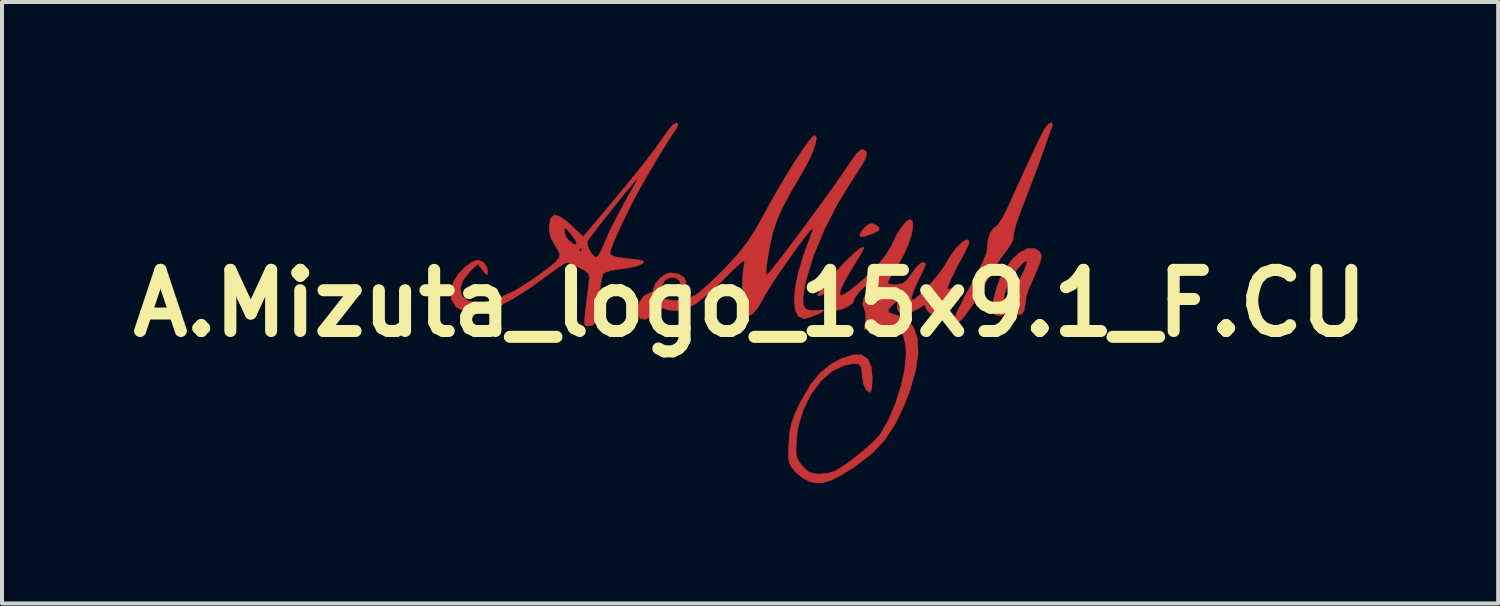
<source format=kicad_pcb>
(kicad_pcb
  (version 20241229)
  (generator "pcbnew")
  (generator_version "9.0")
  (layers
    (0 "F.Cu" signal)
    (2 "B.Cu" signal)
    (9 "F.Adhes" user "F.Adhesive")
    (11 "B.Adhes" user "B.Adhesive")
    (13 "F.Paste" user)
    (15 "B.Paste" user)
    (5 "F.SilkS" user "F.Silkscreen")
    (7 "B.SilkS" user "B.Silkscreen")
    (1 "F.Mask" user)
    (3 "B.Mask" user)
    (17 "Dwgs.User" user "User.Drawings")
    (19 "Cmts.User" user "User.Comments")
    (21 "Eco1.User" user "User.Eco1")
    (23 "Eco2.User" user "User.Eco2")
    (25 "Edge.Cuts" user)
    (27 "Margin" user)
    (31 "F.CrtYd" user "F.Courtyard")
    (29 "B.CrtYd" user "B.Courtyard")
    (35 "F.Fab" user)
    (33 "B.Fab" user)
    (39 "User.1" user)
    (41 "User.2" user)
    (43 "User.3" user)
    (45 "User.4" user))
  (footprint "A.Mizuta_logo_15x9.1_F.CU"
    (layer "F.Cu")
    (at 15.646 4.511)
    (property "Reference" "A.Mizuta_logo_15x9.1_F.CU" (at 0 0 0) (layer "F.SilkS") (effects (font (size 1.524 1.524) (thickness 0.3))))
    (attr through_hole)
    (fp_poly (pts (xy 3.08 -1.983) (xy 3.115 -1.967) (xy 3.22 -1.888) (xy 3.21 -1.818) (xy 3.078 -1.746) (xy 3.028 -1.727) (xy 2.849 -1.668) (xy 2.759 -1.656) (xy 2.731 -1.69) (xy 2.731 -1.703) (xy 2.77 -1.782) (xy 2.861 -1.894) (xy 2.975 -1.987) (xy 3.08 -1.983)) (stroke (width 0.01) (type solid)) (fill yes) (layer "F.Cu"))
    (fp_poly (pts (xy 7.196 -1.304) (xy 7.251 -1.234) (xy 7.262 -1.151) (xy 7.225 -1.018) (xy 7.172 -0.881) (xy 7.08 -0.659) (xy 6.989 -0.455) (xy 6.952 -0.378) (xy 6.884 -0.181) (xy 6.858 0.022) (xy 6.828 0.193) (xy 6.752 0.282) (xy 6.65 0.269) (xy 6.619 0.243) (xy 6.51 0.215) (xy 6.424 0.248) (xy 6.237 0.312) (xy 6.103 0.286) (xy 6.056 0.225) (xy 6.046 0.082) (xy 6.075 -0.108) (xy 6.33 -0.108) (xy 6.363 -0.076) (xy 6.44 -0.138) (xy 6.515 -0.238) (xy 6.629 -0.426) (xy 6.74 -0.633) (xy 6.833 -0.828) (xy 6.893 -0.979) (xy 6.904 -1.054) (xy 6.903 -1.055) (xy 6.841 -1.039) (xy 6.738 -0.945) (xy 6.619 -0.801) (xy 6.513 -0.638) (xy 6.495 -0.607) (xy 6.395 -0.389) (xy 6.34 -0.217) (xy 6.33 -0.108) (xy 6.075 -0.108) (xy 6.079 -0.134) (xy 6.145 -0.385) (xy 6.234 -0.628) (xy 6.315 -0.792) (xy 6.51 -1.069) (xy 6.716 -1.263) (xy 6.916 -1.366) (xy 7.094 -1.367) (xy 7.196 -1.304)) (stroke (width 0.01) (type solid)) (fill yes) (layer "F.Cu"))
    (fp_poly (pts (xy 7.542 -4.461) (xy 7.523 -4.397) (xy 7.482 -4.288) (xy 7.413 -4.094) (xy 7.328 -3.852) (xy 7.302 -3.775) (xy 7.205 -3.503) (xy 7.078 -3.162) (xy 6.939 -2.798) (xy 6.829 -2.517) (xy 6.718 -2.226) (xy 6.632 -1.972) (xy 6.578 -1.781) (xy 6.566 -1.678) (xy 6.567 -1.674) (xy 6.55 -1.567) (xy 6.458 -1.404) (xy 6.388 -1.312) (xy 6.226 -1.092) (xy 6.062 -0.838) (xy 6 -0.73) (xy 5.762 -0.31) (xy 5.549 0.034) (xy 5.368 0.291) (xy 5.227 0.452) (xy 5.131 0.508) (xy 5.095 0.456) (xy 5.106 0.349) (xy 5.152 0.233) (xy 5.247 0.034) (xy 5.377 -0.219) (xy 5.525 -0.492) (xy 5.672 -0.768) (xy 5.793 -1.013) (xy 5.875 -1.203) (xy 5.905 -1.309) (xy 5.905 -1.31) (xy 5.928 -1.561) (xy 5.986 -1.76) (xy 6.071 -1.874) (xy 6.099 -1.887) (xy 6.179 -1.958) (xy 6.286 -2.119) (xy 6.402 -2.342) (xy 6.415 -2.371) (xy 6.671 -2.933) (xy 6.879 -3.387) (xy 7.044 -3.745) (xy 7.171 -4.014) (xy 7.265 -4.205) (xy 7.329 -4.326) (xy 7.352 -4.366) (xy 7.444 -4.472) (xy 7.516 -4.506) (xy 7.542 -4.461)) (stroke (width 0.01) (type solid)) (fill yes) (layer "F.Cu"))
    (fp_poly (pts (xy 1.653 -4.14) (xy 1.637 -4.001) (xy 1.567 -3.793) (xy 1.45 -3.534) (xy 1.292 -3.244) (xy 1.264 -3.196) (xy 1.012 -2.769) (xy 0.821 -2.414) (xy 0.68 -2.101) (xy 0.577 -1.799) (xy 0.499 -1.475) (xy 0.436 -1.1) (xy 0.417 -0.968) (xy 0.4 -0.804) (xy 0.403 -0.709) (xy 0.409 -0.699) (xy 0.461 -0.748) (xy 0.574 -0.884) (xy 0.739 -1.093) (xy 0.941 -1.358) (xy 1.171 -1.663) (xy 1.417 -1.993) (xy 1.666 -2.332) (xy 1.907 -2.664) (xy 2.128 -2.973) (xy 2.318 -3.245) (xy 2.465 -3.462) (xy 2.5 -3.516) (xy 2.649 -3.726) (xy 2.759 -3.826) (xy 2.824 -3.834) (xy 2.893 -3.789) (xy 2.909 -3.715) (xy 2.868 -3.594) (xy 2.763 -3.409) (xy 2.588 -3.141) (xy 2.573 -3.119) (xy 2.187 -2.495) (xy 1.854 -1.845) (xy 1.586 -1.201) (xy 1.4 -0.596) (xy 1.367 -0.454) (xy 1.319 -0.156) (xy 1.327 0.041) (xy 1.397 0.149) (xy 1.535 0.183) (xy 1.625 0.178) (xy 1.769 0.165) (xy 1.84 0.168) (xy 1.841 0.17) (xy 1.788 0.217) (xy 1.661 0.281) (xy 1.506 0.341) (xy 1.372 0.377) (xy 1.335 0.381) (xy 1.205 0.326) (xy 1.127 0.169) (xy 1.101 -0.075) (xy 1.127 -0.392) (xy 1.203 -0.767) (xy 1.329 -1.188) (xy 1.402 -1.389) (xy 1.485 -1.612) (xy 1.545 -1.783) (xy 1.571 -1.873) (xy 1.57 -1.88) (xy 1.524 -1.844) (xy 1.422 -1.722) (xy 1.279 -1.535) (xy 1.109 -1.304) (xy 0.926 -1.047) (xy 0.745 -0.786) (xy 0.581 -0.542) (xy 0.447 -0.333) (xy 0.359 -0.181) (xy 0.356 -0.174) (xy 0.192 0.111) (xy 0.052 0.273) (xy -0.066 0.314) (xy -0.128 0.278) (xy -0.163 0.18) (xy -0.186 -0.008) (xy -0.196 -0.253) (xy -0.194 -0.518) (xy -0.176 -0.768) (xy -0.156 -0.914) (xy -0.141 -1.005) (xy -0.147 -1.051) (xy -0.187 -1.044) (xy -0.274 -0.975) (xy -0.421 -0.835) (xy -0.642 -0.616) (xy -0.707 -0.552) (xy -1.048 -0.229) (xy -1.334 -0.003) (xy -1.584 0.133) (xy -1.814 0.186) (xy -2.041 0.165) (xy -2.233 0.1) (xy -2.331 0.101) (xy -2.38 0.186) (xy -2.477 0.336) (xy -2.621 0.4) (xy -2.748 0.372) (xy -2.815 0.272) (xy -2.811 0.12) (xy -2.75 -0.044) (xy -2.65 -0.181) (xy -2.526 -0.252) (xy -2.498 -0.254) (xy -2.421 -0.304) (xy -2.413 -0.341) (xy -2.361 -0.49) (xy -2.235 -0.639) (xy -2.081 -0.742) (xy -1.991 -0.762) (xy -1.783 -0.73) (xy -1.645 -0.647) (xy -1.595 -0.534) (xy -1.649 -0.412) (xy -1.678 -0.385) (xy -1.741 -0.348) (xy -1.741 -0.412) (xy -1.734 -0.44) (xy -1.752 -0.562) (xy -1.851 -0.636) (xy -1.988 -0.646) (xy -2.111 -0.586) (xy -2.195 -0.456) (xy -2.22 -0.296) (xy -2.185 -0.159) (xy -2.122 -0.102) (xy -1.87 -0.063) (xy -1.586 -0.107) (xy -1.348 -0.213) (xy -1.21 -0.319) (xy -1.014 -0.493) (xy -0.786 -0.712) (xy -0.572 -0.93) (xy -0.299 -1.229) (xy -0.081 -1.505) (xy 0.115 -1.802) (xy 0.32 -2.164) (xy 0.366 -2.251) (xy 0.547 -2.583) (xy 0.745 -2.926) (xy 0.946 -3.261) (xy 1.14 -3.569) (xy 1.316 -3.834) (xy 1.461 -4.038) (xy 1.565 -4.161) (xy 1.608 -4.191) (xy 1.653 -4.14)) (stroke (width 0.01) (type solid)) (fill yes) (layer "F.Cu"))
    (fp_poly (pts (xy -1.792 -4.461) (xy -1.833 -4.36) (xy -1.839 -4.353) (xy -1.928 -4.228) (xy -2.07 -4.007) (xy -2.256 -3.703) (xy -2.477 -3.332) (xy -2.661 -3.016) (xy -2.814 -2.741) (xy -2.975 -2.433) (xy -3.132 -2.117) (xy -3.273 -1.816) (xy -3.388 -1.556) (xy -3.465 -1.359) (xy -3.493 -1.251) (xy -3.454 -1.196) (xy -3.327 -1.154) (xy -3.094 -1.12) (xy -3.032 -1.114) (xy -2.8 -1.088) (xy -2.676 -1.063) (xy -2.642 -1.033) (xy -2.679 -0.991) (xy -2.686 -0.986) (xy -2.806 -0.936) (xy -3.007 -0.889) (xy -3.208 -0.859) (xy -3.427 -0.826) (xy -3.592 -0.782) (xy -3.665 -0.741) (xy -3.691 -0.649) (xy -3.724 -0.462) (xy -3.759 -0.213) (xy -3.776 -0.064) (xy -3.809 0.217) (xy -3.838 0.395) (xy -3.873 0.495) (xy -3.922 0.543) (xy -3.993 0.561) (xy -3.994 0.561) (xy -4.078 0.567) (xy -4.119 0.535) (xy -4.127 0.437) (xy -4.109 0.244) (xy -4.106 0.212) (xy -4.075 -0.058) (xy -4.041 -0.332) (xy -4.025 -0.455) (xy -4.006 -0.637) (xy -4.028 -0.741) (xy -4.117 -0.816) (xy -4.244 -0.884) (xy -4.415 -0.964) (xy -4.543 -1.011) (xy -4.572 -1.016) (xy -4.648 -0.979) (xy -4.8 -0.88) (xy -5.005 -0.735) (xy -5.194 -0.594) (xy -5.547 -0.341) (xy -5.904 -0.119) (xy -6.24 0.062) (xy -6.533 0.189) (xy -6.76 0.25) (xy -6.811 0.254) (xy -7.112 0.21) (xy -7.328 0.088) (xy -7.447 -0.099) (xy -7.46 -0.337) (xy -7.393 -0.54) (xy -7.274 -0.723) (xy -7.11 -0.896) (xy -6.938 -1.025) (xy -6.792 -1.079) (xy -6.785 -1.079) (xy -6.642 -1.024) (xy -6.554 -0.885) (xy -6.542 -0.797) (xy -6.55 -0.716) (xy -6.586 -0.728) (xy -6.665 -0.825) (xy -6.787 -0.984) (xy -6.978 -0.8) (xy -7.158 -0.573) (xy -7.224 -0.363) (xy -7.183 -0.188) (xy -7.043 -0.066) (xy -6.81 -0.014) (xy -6.657 -0.021) (xy -6.286 -0.116) (xy -5.857 -0.318) (xy -5.375 -0.625) (xy -5.262 -0.707) (xy -5.008 -0.896) (xy -4.845 -1.031) (xy -4.761 -1.133) (xy -4.745 -1.222) (xy -4.784 -1.321) (xy -4.792 -1.333) (xy -4.255 -1.333) (xy -4.231 -1.281) (xy -4.212 -1.291) (xy -4.205 -1.367) (xy -4.212 -1.376) (xy -4.25 -1.367) (xy -4.255 -1.333) (xy -4.792 -1.333) (xy -4.858 -1.436) (xy -4.976 -1.659) (xy -4.997 -1.815) (xy -4.635 -1.815) (xy -4.594 -1.673) (xy -4.53 -1.577) (xy -4.42 -1.483) (xy -4.34 -1.464) (xy -4.32 -1.508) (xy -4.329 -1.526) (xy -4.064 -1.526) (xy -4.034 -1.398) (xy -3.962 -1.259) (xy -3.88 -1.161) (xy -3.84 -1.143) (xy -3.776 -1.198) (xy -3.697 -1.337) (xy -3.653 -1.445) (xy -3.524 -1.746) (xy -3.326 -2.145) (xy -3.061 -2.633) (xy -2.934 -2.857) (xy -2.85 -3.011) (xy -2.806 -3.101) (xy -2.806 -3.111) (xy -2.884 -3.027) (xy -3.016 -2.871) (xy -3.185 -2.665) (xy -3.376 -2.428) (xy -3.571 -2.183) (xy -3.753 -1.95) (xy -3.908 -1.749) (xy -4.016 -1.602) (xy -4.063 -1.529) (xy -4.064 -1.526) (xy -4.329 -1.526) (xy -4.359 -1.584) (xy -4.451 -1.711) (xy -4.479 -1.746) (xy -4.579 -1.859) (xy -4.625 -1.876) (xy -4.635 -1.815) (xy -4.997 -1.815) (xy -5.006 -1.881) (xy -5.004 -1.934) (xy -4.967 -2.121) (xy -4.888 -2.201) (xy -4.758 -2.175) (xy -4.569 -2.042) (xy -4.461 -1.946) (xy -4.157 -1.661) (xy -3.348 -2.625) (xy -3.077 -2.951) (xy -2.817 -3.272) (xy -2.585 -3.565) (xy -2.399 -3.807) (xy -2.281 -3.969) (xy -2.141 -4.172) (xy -2.017 -4.34) (xy -1.936 -4.44) (xy -1.934 -4.441) (xy -1.837 -4.498) (xy -1.792 -4.461)) (stroke (width 0.01) (type solid)) (fill yes) (layer "F.Cu"))
    (fp_poly (pts (xy 4.05 -2.044) (xy 4.06 -1.905) (xy 4.02 -1.701) (xy 3.938 -1.454) (xy 3.818 -1.188) (xy 3.67 -0.924) (xy 3.628 -0.859) (xy 3.518 -0.688) (xy 3.446 -0.557) (xy 3.429 -0.509) (xy 3.485 -0.475) (xy 3.621 -0.464) (xy 3.645 -0.465) (xy 3.792 -0.492) (xy 3.907 -0.574) (xy 4.029 -0.743) (xy 4.032 -0.746) (xy 4.147 -0.902) (xy 4.251 -0.999) (xy 4.292 -1.016) (xy 4.349 -1.012) (xy 4.371 -0.985) (xy 4.353 -0.913) (xy 4.29 -0.772) (xy 4.178 -0.543) (xy 4.086 -0.336) (xy 4.03 -0.172) (xy 4.023 -0.085) (xy 4.026 -0.081) (xy 4.09 -0.099) (xy 4.21 -0.195) (xy 4.366 -0.346) (xy 4.534 -0.53) (xy 4.696 -0.723) (xy 4.828 -0.904) (xy 4.888 -1.004) (xy 5.018 -1.215) (xy 5.156 -1.393) (xy 5.287 -1.522) (xy 5.392 -1.586) (xy 5.452 -1.568) (xy 5.461 -1.523) (xy 5.432 -1.437) (xy 5.356 -1.279) (xy 5.274 -1.126) (xy 5.15 -0.895) (xy 5.036 -0.666) (xy 4.986 -0.552) (xy 4.925 -0.401) (xy 4.919 -0.344) (xy 4.971 -0.357) (xy 5.02 -0.383) (xy 5.145 -0.433) (xy 5.177 -0.402) (xy 5.115 -0.296) (xy 5.02 -0.184) (xy 4.903 -0.047) (xy 4.834 0.051) (xy 4.826 0.073) (xy 4.786 0.149) (xy 4.726 0.218) (xy 4.602 0.272) (xy 4.472 0.239) (xy 4.389 0.141) (xy 4.381 0.091) (xy 4.361 0.042) (xy 4.284 0.072) (xy 4.2 0.13) (xy 3.984 0.232) (xy 3.835 0.243) (xy 3.704 0.209) (xy 3.665 0.127) (xy 3.668 0.068) (xy 3.674 -0.037) (xy 3.638 -0.038) (xy 3.557 0.031) (xy 3.45 0.149) (xy 3.456 0.225) (xy 3.58 0.275) (xy 3.646 0.289) (xy 3.899 0.393) (xy 4.074 0.59) (xy 4.171 0.874) (xy 4.189 1.235) (xy 4.128 1.667) (xy 3.987 2.163) (xy 3.83 2.566) (xy 3.6 3.04) (xy 3.345 3.421) (xy 3.037 3.744) (xy 2.648 4.043) (xy 2.575 4.092) (xy 2.261 4.289) (xy 2.017 4.413) (xy 1.819 4.472) (xy 1.639 4.476) (xy 1.482 4.441) (xy 1.308 4.352) (xy 1.137 4.208) (xy 1.109 4.177) (xy 1.023 4.065) (xy 0.974 3.96) (xy 0.956 3.823) (xy 0.959 3.616) (xy 0.967 3.476) (xy 0.989 3.211) (xy 1.032 2.994) (xy 1.109 2.776) (xy 1.234 2.508) (xy 1.268 2.441) (xy 1.505 2.033) (xy 1.753 1.728) (xy 2.036 1.504) (xy 2.25 1.39) (xy 2.552 1.286) (xy 2.78 1.283) (xy 2.936 1.385) (xy 3.024 1.593) (xy 3.048 1.862) (xy 3.038 2.057) (xy 3.013 2.188) (xy 2.987 2.223) (xy 2.9 2.165) (xy 2.832 2.018) (xy 2.796 1.818) (xy 2.794 1.757) (xy 2.773 1.592) (xy 2.696 1.511) (xy 2.543 1.504) (xy 2.352 1.545) (xy 2.047 1.688) (xy 1.765 1.935) (xy 1.52 2.264) (xy 1.326 2.651) (xy 1.199 3.076) (xy 1.158 3.385) (xy 1.146 3.631) (xy 1.155 3.79) (xy 1.194 3.905) (xy 1.271 4.016) (xy 1.3 4.05) (xy 1.444 4.19) (xy 1.598 4.247) (xy 1.724 4.255) (xy 1.926 4.236) (xy 2.095 4.191) (xy 2.116 4.182) (xy 2.335 4.048) (xy 2.588 3.864) (xy 2.844 3.658) (xy 3.068 3.456) (xy 3.228 3.286) (xy 3.262 3.239) (xy 3.459 2.889) (xy 3.629 2.483) (xy 3.764 2.056) (xy 3.854 1.64) (xy 3.891 1.268) (xy 3.874 1.021) (xy 3.818 0.79) (xy 3.733 0.654) (xy 3.593 0.594) (xy 3.369 0.592) (xy 3.248 0.603) (xy 2.839 0.647) (xy 2.879 0.448) (xy 2.884 0.257) (xy 2.843 0.128) (xy 2.804 0.019) (xy 2.83 -0.114) (xy 2.879 -0.227) (xy 2.944 -0.377) (xy 2.973 -0.468) (xy 2.971 -0.479) (xy 2.913 -0.46) (xy 2.811 -0.375) (xy 2.701 -0.26) (xy 2.615 -0.149) (xy 2.588 -0.079) (xy 2.555 -0.003) (xy 2.439 0.079) (xy 2.283 0.147) (xy 2.129 0.18) (xy 2.075 0.178) (xy 1.985 0.147) (xy 1.952 0.061) (xy 1.956 -0.082) (xy 1.963 -0.234) (xy 1.939 -0.284) (xy 1.87 -0.257) (xy 1.847 -0.243) (xy 1.722 -0.18) (xy 1.685 -0.202) (xy 1.733 -0.302) (xy 1.864 -0.476) (xy 2.074 -0.719) (xy 2.167 -0.821) (xy 2.408 -1.072) (xy 2.602 -1.256) (xy 2.743 -1.37) (xy 2.822 -1.407) (xy 2.832 -1.362) (xy 2.763 -1.23) (xy 2.752 -1.213) (xy 2.515 -0.83) (xy 2.352 -0.542) (xy 2.26 -0.344) (xy 2.236 -0.229) (xy 2.277 -0.191) (xy 2.278 -0.191) (xy 2.355 -0.229) (xy 2.499 -0.33) (xy 2.684 -0.474) (xy 2.73 -0.513) (xy 3.055 -0.813) (xy 3.323 -1.121) (xy 3.512 -1.408) (xy 3.566 -1.524) (xy 3.657 -1.714) (xy 3.773 -1.895) (xy 3.889 -2.034) (xy 3.979 -2.095) (xy 3.985 -2.095) (xy 4.05 -2.044)) (stroke (width 0.01) (type solid)) (fill yes) (layer "F.Cu")))
  (gr_rect
    (start -3 -3)
    (end 34.293 11.992)
    (stroke (width 0.1) (type default))
    (fill no)
    (layer "Edge.Cuts")))
</source>
